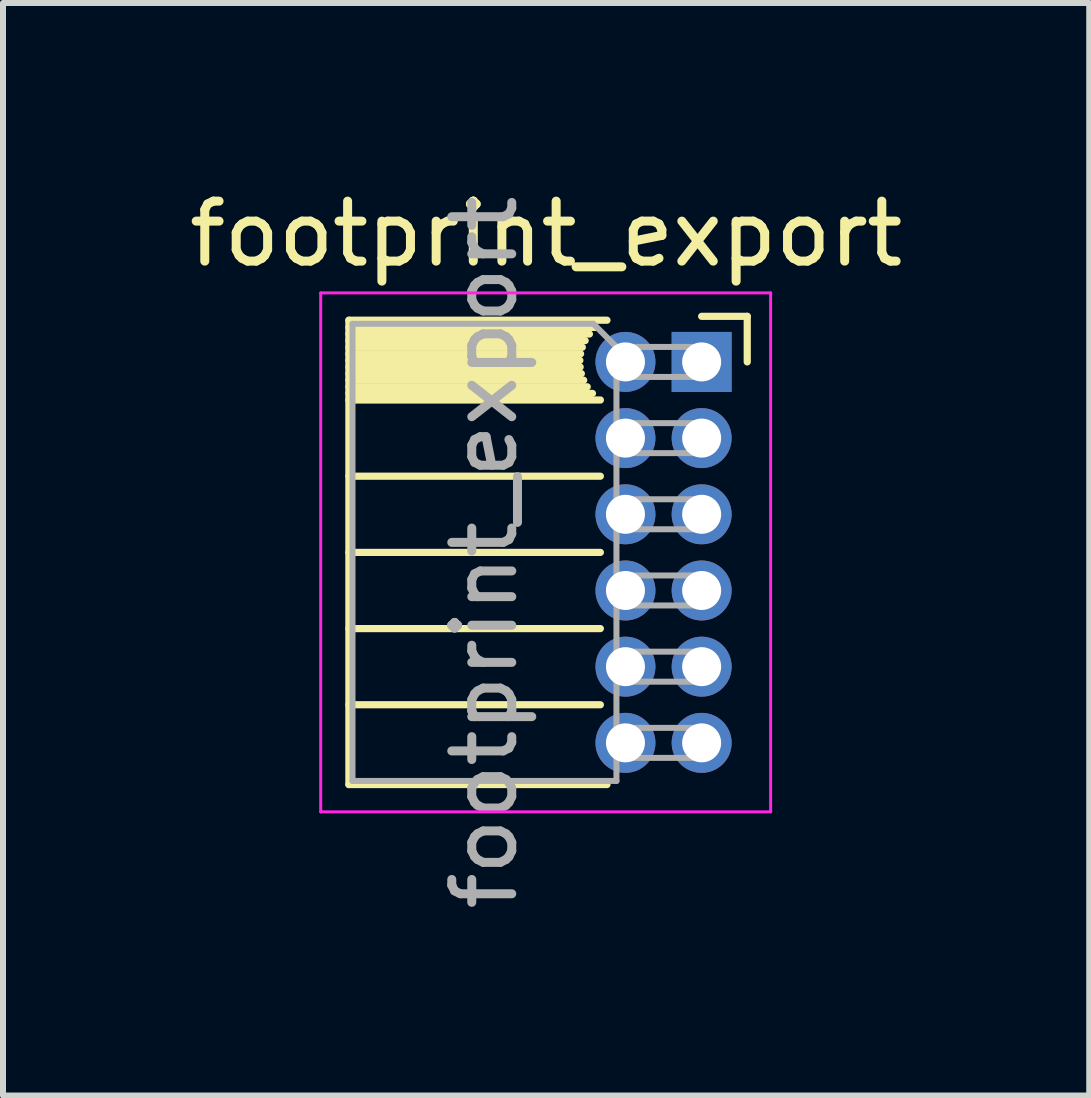
<source format=kicad_pcb>
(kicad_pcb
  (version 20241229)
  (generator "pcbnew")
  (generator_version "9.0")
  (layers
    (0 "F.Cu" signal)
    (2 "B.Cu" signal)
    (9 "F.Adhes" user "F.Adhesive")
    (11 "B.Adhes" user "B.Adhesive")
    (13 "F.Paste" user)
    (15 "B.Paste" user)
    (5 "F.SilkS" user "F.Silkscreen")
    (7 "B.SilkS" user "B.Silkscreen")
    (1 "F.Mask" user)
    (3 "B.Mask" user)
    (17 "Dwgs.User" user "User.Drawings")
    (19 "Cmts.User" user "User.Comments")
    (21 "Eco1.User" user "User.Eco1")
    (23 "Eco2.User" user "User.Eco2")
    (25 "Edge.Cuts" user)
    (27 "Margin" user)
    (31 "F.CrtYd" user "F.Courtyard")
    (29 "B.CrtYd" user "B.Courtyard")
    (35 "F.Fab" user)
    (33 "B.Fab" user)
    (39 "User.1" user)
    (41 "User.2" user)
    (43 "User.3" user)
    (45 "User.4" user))
  (footprint "footprint_export"
    (layer "F.Cu")
    (at 8.646 2.983)
    (property "Reference" "footprint_export" (at -2.592 -2.135 0) (layer "F.SilkS") (effects (font (size 1 1) (thickness 0.15))))
    (attr through_hole)
    (fp_line (start -5.88 -0.695) (end -5.88 7.045) (stroke (width 0.12) (type solid)) (layer "F.SilkS"))
    (fp_line (start -5.88 -0.695) (end -1.578 -0.695) (stroke (width 0.12) (type solid)) (layer "F.SilkS"))
    (fp_line (start -5.88 -0.575) (end -1.767 -0.575) (stroke (width 0.12) (type solid)) (layer "F.SilkS"))
    (fp_line (start -5.88 -0.465) (end -1.871 -0.465) (stroke (width 0.12) (type solid)) (layer "F.SilkS"))
    (fp_line (start -5.88 -0.355) (end -1.942 -0.355) (stroke (width 0.12) (type solid)) (layer "F.SilkS"))
    (fp_line (start -5.88 -0.245) (end -1.989 -0.245) (stroke (width 0.12) (type solid)) (layer "F.SilkS"))
    (fp_line (start -5.88 -0.135) (end -2.018 -0.135) (stroke (width 0.12) (type solid)) (layer "F.SilkS"))
    (fp_line (start -5.88 -0.025) (end -2.03 -0.025) (stroke (width 0.12) (type solid)) (layer "F.SilkS"))
    (fp_line (start -5.88 0.085) (end -2.025 0.085) (stroke (width 0.12) (type solid)) (layer "F.SilkS"))
    (fp_line (start -5.88 0.195) (end -2.005 0.195) (stroke (width 0.12) (type solid)) (layer "F.SilkS"))
    (fp_line (start -5.88 0.305) (end -1.966 0.305) (stroke (width 0.12) (type solid)) (layer "F.SilkS"))
    (fp_line (start -5.88 0.415) (end -1.907 0.415) (stroke (width 0.12) (type solid)) (layer "F.SilkS"))
    (fp_line (start -5.88 0.525) (end -1.82 0.525) (stroke (width 0.12) (type solid)) (layer "F.SilkS"))
    (fp_line (start -5.88 0.635) (end -1.688 0.635) (stroke (width 0.12) (type solid)) (layer "F.SilkS"))
    (fp_line (start -5.88 1.905) (end -1.688 1.905) (stroke (width 0.12) (type solid)) (layer "F.SilkS"))
    (fp_line (start -5.88 3.175) (end -1.688 3.175) (stroke (width 0.12) (type solid)) (layer "F.SilkS"))
    (fp_line (start -5.88 4.445) (end -1.688 4.445) (stroke (width 0.12) (type solid)) (layer "F.SilkS"))
    (fp_line (start -5.88 5.715) (end -1.688 5.715) (stroke (width 0.12) (type solid)) (layer "F.SilkS"))
    (fp_line (start -5.88 7.045) (end -1.578 7.045) (stroke (width 0.12) (type solid)) (layer "F.SilkS"))
    (fp_line (start 0 -0.76) (end 0.76 -0.76) (stroke (width 0.12) (type solid)) (layer "F.SilkS"))
    (fp_line (start 0.76 -0.76) (end 0.76 0) (stroke (width 0.12) (type solid)) (layer "F.SilkS"))
    (fp_line (start -6.35 -1.15) (end -6.35 7.5) (stroke (width 0.05) (type solid)) (layer "F.CrtYd"))
    (fp_line (start -6.35 7.5) (end 1.15 7.5) (stroke (width 0.05) (type solid)) (layer "F.CrtYd"))
    (fp_line (start 1.15 -1.15) (end -6.35 -1.15) (stroke (width 0.05) (type solid)) (layer "F.CrtYd"))
    (fp_line (start 1.15 7.5) (end 1.15 -1.15) (stroke (width 0.05) (type solid)) (layer "F.CrtYd"))
    (fp_line (start -5.82 -0.635) (end -1.805 -0.635) (stroke (width 0.1) (type solid)) (layer "F.Fab"))
    (fp_line (start -5.82 6.985) (end -5.82 -0.635) (stroke (width 0.1) (type solid)) (layer "F.Fab"))
    (fp_line (start -1.805 -0.635) (end -1.42 -0.25) (stroke (width 0.1) (type solid)) (layer "F.Fab"))
    (fp_line (start -1.42 -0.25) (end -1.42 6.985) (stroke (width 0.1) (type solid)) (layer "F.Fab"))
    (fp_line (start -1.42 0.25) (end 0 0.25) (stroke (width 0.1) (type solid)) (layer "F.Fab"))
    (fp_line (start -1.42 1.52) (end 0 1.52) (stroke (width 0.1) (type solid)) (layer "F.Fab"))
    (fp_line (start -1.42 2.79) (end 0 2.79) (stroke (width 0.1) (type solid)) (layer "F.Fab"))
    (fp_line (start -1.42 4.06) (end 0 4.06) (stroke (width 0.1) (type solid)) (layer "F.Fab"))
    (fp_line (start -1.42 5.33) (end 0 5.33) (stroke (width 0.1) (type solid)) (layer "F.Fab"))
    (fp_line (start -1.42 6.6) (end 0 6.6) (stroke (width 0.1) (type solid)) (layer "F.Fab"))
    (fp_line (start -1.42 6.985) (end -5.82 6.985) (stroke (width 0.1) (type solid)) (layer "F.Fab"))
    (fp_line (start 0 -0.25) (end -1.42 -0.25) (stroke (width 0.1) (type solid)) (layer "F.Fab"))
    (fp_line (start 0 0.25) (end 0 -0.25) (stroke (width 0.1) (type solid)) (layer "F.Fab"))
    (fp_line (start 0 1.02) (end -1.42 1.02) (stroke (width 0.1) (type solid)) (layer "F.Fab"))
    (fp_line (start 0 1.52) (end 0 1.02) (stroke (width 0.1) (type solid)) (layer "F.Fab"))
    (fp_line (start 0 2.29) (end -1.42 2.29) (stroke (width 0.1) (type solid)) (layer "F.Fab"))
    (fp_line (start 0 2.79) (end 0 2.29) (stroke (width 0.1) (type solid)) (layer "F.Fab"))
    (fp_line (start 0 3.56) (end -1.42 3.56) (stroke (width 0.1) (type solid)) (layer "F.Fab"))
    (fp_line (start 0 4.06) (end 0 3.56) (stroke (width 0.1) (type solid)) (layer "F.Fab"))
    (fp_line (start 0 4.83) (end -1.42 4.83) (stroke (width 0.1) (type solid)) (layer "F.Fab"))
    (fp_line (start 0 5.33) (end 0 4.83) (stroke (width 0.1) (type solid)) (layer "F.Fab"))
    (fp_line (start 0 6.1) (end -1.42 6.1) (stroke (width 0.1) (type solid)) (layer "F.Fab"))
    (fp_line (start 0 6.6) (end 0 6.1) (stroke (width 0.1) (type solid)) (layer "F.Fab"))
    (fp_text user "${REFERENCE}" (at -3.62 3.175 90) (layer "F.Fab") (effects (font (size 1 1) (thickness 0.15))))
    (pad "1" thru_hole rect (at 0 0) (size 1 1) (drill 0.65) (layers "*.Cu" "*.Mask"))
    (pad "2" thru_hole oval (at -1.27 0) (size 1 1) (drill 0.65) (layers "*.Cu" "*.Mask"))
    (pad "3" thru_hole oval (at 0 1.27) (size 1 1) (drill 0.65) (layers "*.Cu" "*.Mask"))
    (pad "4" thru_hole oval (at -1.27 1.27) (size 1 1) (drill 0.65) (layers "*.Cu" "*.Mask"))
    (pad "5" thru_hole oval (at 0 2.54) (size 1 1) (drill 0.65) (layers "*.Cu" "*.Mask"))
    (pad "6" thru_hole oval (at -1.27 2.54) (size 1 1) (drill 0.65) (layers "*.Cu" "*.Mask"))
    (pad "7" thru_hole oval (at 0 3.81) (size 1 1) (drill 0.65) (layers "*.Cu" "*.Mask"))
    (pad "8" thru_hole oval (at -1.27 3.81) (size 1 1) (drill 0.65) (layers "*.Cu" "*.Mask"))
    (pad "9" thru_hole oval (at 0 5.08) (size 1 1) (drill 0.65) (layers "*.Cu" "*.Mask"))
    (pad "10" thru_hole oval (at -1.27 5.08) (size 1 1) (drill 0.65) (layers "*.Cu" "*.Mask"))
    (pad "11" thru_hole oval (at 0 6.35) (size 1 1) (drill 0.65) (layers "*.Cu" "*.Mask"))
    (pad "12" thru_hole oval (at -1.27 6.35) (size 1 1) (drill 0.65) (layers "*.Cu" "*.Mask")))
  (gr_rect
    (start -3 -3)
    (end 15.107 15.212)
    (stroke (width 0.1) (type default))
    (fill no)
    (layer "Edge.Cuts")))
</source>
